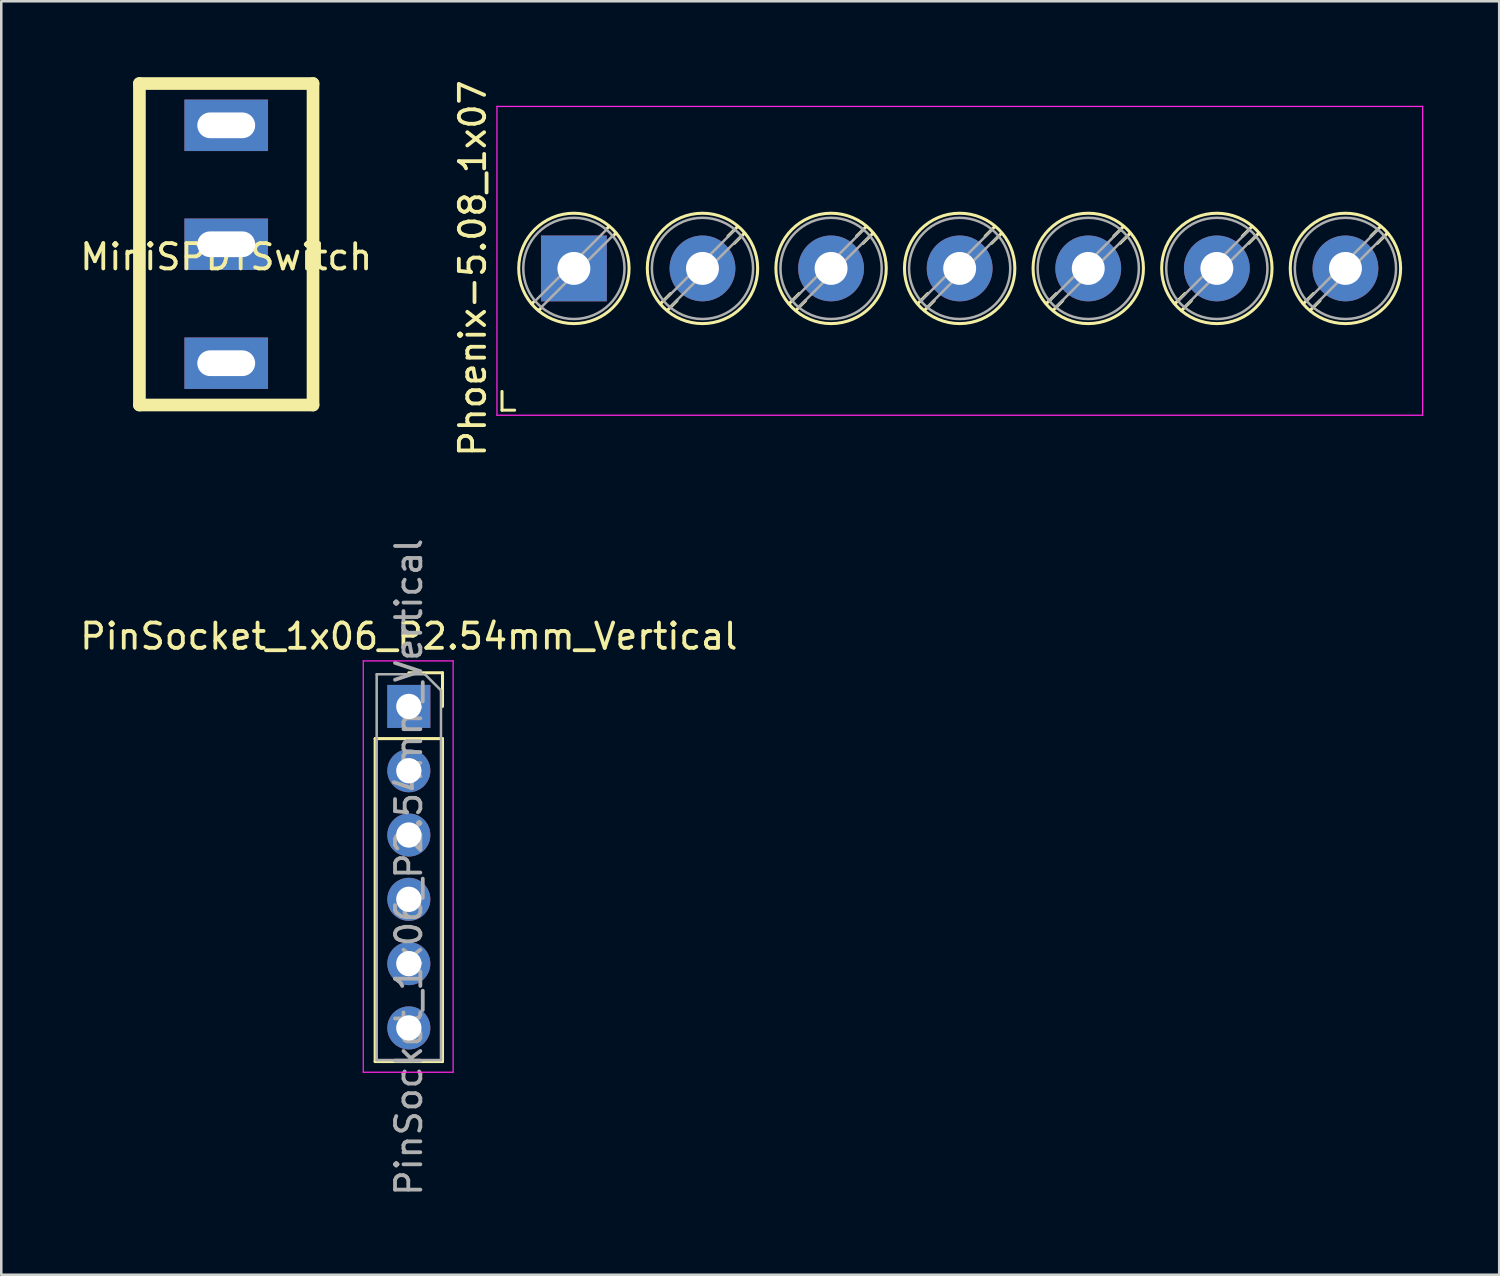
<source format=kicad_pcb>
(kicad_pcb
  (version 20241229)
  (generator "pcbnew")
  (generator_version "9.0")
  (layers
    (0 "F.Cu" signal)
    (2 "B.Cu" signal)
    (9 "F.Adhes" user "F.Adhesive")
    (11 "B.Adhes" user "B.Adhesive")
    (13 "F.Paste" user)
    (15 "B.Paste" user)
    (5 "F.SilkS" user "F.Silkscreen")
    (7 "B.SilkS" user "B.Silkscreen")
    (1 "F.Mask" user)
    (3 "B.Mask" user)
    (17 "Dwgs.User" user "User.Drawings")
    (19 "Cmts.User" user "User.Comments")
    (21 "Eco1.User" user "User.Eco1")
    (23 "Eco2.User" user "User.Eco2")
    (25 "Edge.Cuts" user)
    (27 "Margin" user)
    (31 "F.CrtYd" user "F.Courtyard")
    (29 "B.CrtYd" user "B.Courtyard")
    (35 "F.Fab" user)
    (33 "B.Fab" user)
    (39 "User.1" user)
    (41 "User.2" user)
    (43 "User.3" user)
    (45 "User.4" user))
  (footprint "MiniSPDTSwitch"
    (layer "F.Cu")
    (at 5.887 6.6)
    (property "Reference" "MiniSPDTSwitch" (at 0 0.5 0) (layer "F.SilkS") (effects (font (size 1 1) (thickness 0.15))))
    (attr through_hole)
    (fp_line (start -3.429 -6.35) (end -3.429 6.35) (stroke (width 0.5) (type solid)) (layer "F.SilkS"))
    (fp_line (start -3.429 6.35) (end 3.429 6.35) (stroke (width 0.5) (type solid)) (layer "F.SilkS"))
    (fp_line (start 3.429 -6.35) (end -3.429 -6.35) (stroke (width 0.5) (type solid)) (layer "F.SilkS"))
    (fp_line (start 3.429 6.35) (end 3.429 -6.35) (stroke (width 0.5) (type solid)) (layer "F.SilkS"))
    (pad "1" thru_hole rect (at 0 4.699) (size 3.302 2.032) (drill oval 2.286 1.016) (layers "*.Cu" "*.Mask"))
    (pad "2" thru_hole rect (at 0 0) (size 3.302 2.032) (drill oval 2.286 1.016) (layers "*.Cu" "*.Mask"))
    (pad "3" thru_hole rect (at 0 -4.699) (size 3.302 2.032) (drill oval 2.286 1.016) (layers "*.Cu" "*.Mask")))
  (footprint "Phoenix-5.08_1x07"
    (layer "F.Cu")
    (at 19.622 7.554)
    (property "Reference" "Phoenix-5.08_1x07" (at -4 0 90) (layer "F.SilkS") (effects (font (size 1 1) (thickness 0.15))))
    (attr through_hole)
    (fp_line (start -2.84 4.86) (end -2.84 5.6) (stroke (width 0.12) (type solid)) (layer "F.SilkS"))
    (fp_line (start -2.84 5.6) (end -2.34 5.6) (stroke (width 0.12) (type solid)) (layer "F.SilkS"))
    (fp_line (start -1.548 1.281) (end -1.654 1.388) (stroke (width 0.12) (type solid)) (layer "F.SilkS"))
    (fp_line (start -1.282 1.547) (end -1.388 1.654) (stroke (width 0.12) (type solid)) (layer "F.SilkS"))
    (fp_line (start 1.388 -1.654) (end 1.281 -1.547) (stroke (width 0.12) (type solid)) (layer "F.SilkS"))
    (fp_line (start 1.654 -1.388) (end 1.547 -1.281) (stroke (width 0.12) (type solid)) (layer "F.SilkS"))
    (fp_line (start 3.822 0.992) (end 3.427 1.388) (stroke (width 0.12) (type solid)) (layer "F.SilkS"))
    (fp_line (start 4.073 1.274) (end 3.693 1.654) (stroke (width 0.12) (type solid)) (layer "F.SilkS"))
    (fp_line (start 6.468 -1.654) (end 6.088 -1.274) (stroke (width 0.12) (type solid)) (layer "F.SilkS"))
    (fp_line (start 6.734 -1.388) (end 6.339 -0.992) (stroke (width 0.12) (type solid)) (layer "F.SilkS"))
    (fp_line (start 8.902 0.992) (end 8.507 1.388) (stroke (width 0.12) (type solid)) (layer "F.SilkS"))
    (fp_line (start 9.153 1.274) (end 8.773 1.654) (stroke (width 0.12) (type solid)) (layer "F.SilkS"))
    (fp_line (start 11.548 -1.654) (end 11.168 -1.274) (stroke (width 0.12) (type solid)) (layer "F.SilkS"))
    (fp_line (start 11.814 -1.388) (end 11.419 -0.992) (stroke (width 0.12) (type solid)) (layer "F.SilkS"))
    (fp_line (start 13.982 0.992) (end 13.587 1.388) (stroke (width 0.12) (type solid)) (layer "F.SilkS"))
    (fp_line (start 14.233 1.274) (end 13.853 1.654) (stroke (width 0.12) (type solid)) (layer "F.SilkS"))
    (fp_line (start 16.628 -1.654) (end 16.248 -1.274) (stroke (width 0.12) (type solid)) (layer "F.SilkS"))
    (fp_line (start 16.894 -1.388) (end 16.499 -0.992) (stroke (width 0.12) (type solid)) (layer "F.SilkS"))
    (fp_line (start 19.062 0.992) (end 18.667 1.388) (stroke (width 0.12) (type solid)) (layer "F.SilkS"))
    (fp_line (start 19.313 1.274) (end 18.933 1.654) (stroke (width 0.12) (type solid)) (layer "F.SilkS"))
    (fp_line (start 21.708 -1.654) (end 21.328 -1.274) (stroke (width 0.12) (type solid)) (layer "F.SilkS"))
    (fp_line (start 21.974 -1.388) (end 21.579 -0.992) (stroke (width 0.12) (type solid)) (layer "F.SilkS"))
    (fp_line (start 24.142 0.992) (end 23.747 1.388) (stroke (width 0.12) (type solid)) (layer "F.SilkS"))
    (fp_line (start 24.393 1.274) (end 24.013 1.654) (stroke (width 0.12) (type solid)) (layer "F.SilkS"))
    (fp_line (start 26.788 -1.654) (end 26.408 -1.274) (stroke (width 0.12) (type solid)) (layer "F.SilkS"))
    (fp_line (start 27.054 -1.388) (end 26.659 -0.992) (stroke (width 0.12) (type solid)) (layer "F.SilkS"))
    (fp_line (start 29.222 0.992) (end 28.827 1.388) (stroke (width 0.12) (type solid)) (layer "F.SilkS"))
    (fp_line (start 29.473 1.274) (end 29.093 1.654) (stroke (width 0.12) (type solid)) (layer "F.SilkS"))
    (fp_line (start 31.868 -1.654) (end 31.488 -1.274) (stroke (width 0.12) (type solid)) (layer "F.SilkS"))
    (fp_line (start 32.134 -1.388) (end 31.739 -0.992) (stroke (width 0.12) (type solid)) (layer "F.SilkS"))
    (fp_circle (center 0 0) (end 2.18 0) (stroke (width 0.12) (type solid)) (fill no) (layer "F.SilkS"))
    (fp_circle (center 5.08 0) (end 7.26 0) (stroke (width 0.12) (type solid)) (fill no) (layer "F.SilkS"))
    (fp_circle (center 10.16 0) (end 12.34 0) (stroke (width 0.12) (type solid)) (fill no) (layer "F.SilkS"))
    (fp_circle (center 15.24 0) (end 17.42 0) (stroke (width 0.12) (type solid)) (fill no) (layer "F.SilkS"))
    (fp_circle (center 20.32 0) (end 22.5 0) (stroke (width 0.12) (type solid)) (fill no) (layer "F.SilkS"))
    (fp_circle (center 25.4 0) (end 27.58 0) (stroke (width 0.12) (type solid)) (fill no) (layer "F.SilkS"))
    (fp_circle (center 30.48 0) (end 32.66 0) (stroke (width 0.12) (type solid)) (fill no) (layer "F.SilkS"))
    (fp_line (start -3.04 -6.4) (end -3.04 5.8) (stroke (width 0.05) (type solid)) (layer "F.CrtYd"))
    (fp_line (start -3.04 5.8) (end 33.53 5.8) (stroke (width 0.05) (type solid)) (layer "F.CrtYd"))
    (fp_line (start 33.53 -6.4) (end -3.04 -6.4) (stroke (width 0.05) (type solid)) (layer "F.CrtYd"))
    (fp_line (start 33.53 5.8) (end 33.53 -6.4) (stroke (width 0.05) (type solid)) (layer "F.CrtYd"))
    (fp_line (start 1.273 -1.517) (end -1.517 1.273) (stroke (width 0.1) (type solid)) (layer "F.Fab"))
    (fp_line (start 1.517 -1.273) (end -1.273 1.517) (stroke (width 0.1) (type solid)) (layer "F.Fab"))
    (fp_line (start 6.353 -1.517) (end 3.564 1.273) (stroke (width 0.1) (type solid)) (layer "F.Fab"))
    (fp_line (start 6.597 -1.273) (end 3.808 1.517) (stroke (width 0.1) (type solid)) (layer "F.Fab"))
    (fp_line (start 11.433 -1.517) (end 8.644 1.273) (stroke (width 0.1) (type solid)) (layer "F.Fab"))
    (fp_line (start 11.677 -1.273) (end 8.888 1.517) (stroke (width 0.1) (type solid)) (layer "F.Fab"))
    (fp_line (start 16.513 -1.517) (end 13.724 1.273) (stroke (width 0.1) (type solid)) (layer "F.Fab"))
    (fp_line (start 16.757 -1.273) (end 13.968 1.517) (stroke (width 0.1) (type solid)) (layer "F.Fab"))
    (fp_line (start 21.593 -1.517) (end 18.804 1.273) (stroke (width 0.1) (type solid)) (layer "F.Fab"))
    (fp_line (start 21.837 -1.273) (end 19.048 1.517) (stroke (width 0.1) (type solid)) (layer "F.Fab"))
    (fp_line (start 26.673 -1.517) (end 23.884 1.273) (stroke (width 0.1) (type solid)) (layer "F.Fab"))
    (fp_line (start 26.917 -1.273) (end 24.128 1.517) (stroke (width 0.1) (type solid)) (layer "F.Fab"))
    (fp_line (start 31.753 -1.517) (end 28.964 1.273) (stroke (width 0.1) (type solid)) (layer "F.Fab"))
    (fp_line (start 31.997 -1.273) (end 29.208 1.517) (stroke (width 0.1) (type solid)) (layer "F.Fab"))
    (fp_circle (center 0 0) (end 2 0) (stroke (width 0.1) (type solid)) (fill no) (layer "F.Fab"))
    (fp_circle (center 5.08 0) (end 7.08 0) (stroke (width 0.1) (type solid)) (fill no) (layer "F.Fab"))
    (fp_circle (center 10.16 0) (end 12.16 0) (stroke (width 0.1) (type solid)) (fill no) (layer "F.Fab"))
    (fp_circle (center 15.24 0) (end 17.24 0) (stroke (width 0.1) (type solid)) (fill no) (layer "F.Fab"))
    (fp_circle (center 20.32 0) (end 22.32 0) (stroke (width 0.1) (type solid)) (fill no) (layer "F.Fab"))
    (fp_circle (center 25.4 0) (end 27.4 0) (stroke (width 0.1) (type solid)) (fill no) (layer "F.Fab"))
    (fp_circle (center 30.48 0) (end 32.48 0) (stroke (width 0.1) (type solid)) (fill no) (layer "F.Fab"))
    (pad "1" thru_hole rect (at 0 0) (size 2.6 2.6) (drill 1.3) (layers "*.Cu" "*.Mask"))
    (pad "2" thru_hole circle (at 5.08 0) (size 2.6 2.6) (drill 1.3) (layers "*.Cu" "*.Mask"))
    (pad "3" thru_hole circle (at 10.16 0) (size 2.6 2.6) (drill 1.3) (layers "*.Cu" "*.Mask"))
    (pad "4" thru_hole circle (at 15.24 0) (size 2.6 2.6) (drill 1.3) (layers "*.Cu" "*.Mask"))
    (pad "5" thru_hole circle (at 20.32 0) (size 2.6 2.6) (drill 1.3) (layers "*.Cu" "*.Mask"))
    (pad "6" thru_hole circle (at 25.4 0) (size 2.6 2.6) (drill 1.3) (layers "*.Cu" "*.Mask"))
    (pad "7" thru_hole circle (at 30.48 0) (size 2.6 2.6) (drill 1.3) (layers "*.Cu" "*.Mask")))
  (footprint "PinSocket_1x06_P2.54mm_Vertical"
    (layer "F.Cu")
    (at 13.101 24.858)
    (property "Reference" "PinSocket_1x06_P2.54mm_Vertical" (at 0 -2.77 0) (layer "F.SilkS") (effects (font (size 1 1) (thickness 0.15))))
    (attr through_hole)
    (fp_line (start -1.33 1.27) (end -1.33 14.03) (stroke (width 0.12) (type solid)) (layer "F.SilkS"))
    (fp_line (start -1.33 1.27) (end 1.33 1.27) (stroke (width 0.12) (type solid)) (layer "F.SilkS"))
    (fp_line (start -1.33 14.03) (end 1.33 14.03) (stroke (width 0.12) (type solid)) (layer "F.SilkS"))
    (fp_line (start 0 -1.33) (end 1.33 -1.33) (stroke (width 0.12) (type solid)) (layer "F.SilkS"))
    (fp_line (start 1.33 -1.33) (end 1.33 0) (stroke (width 0.12) (type solid)) (layer "F.SilkS"))
    (fp_line (start 1.33 1.27) (end 1.33 14.03) (stroke (width 0.12) (type solid)) (layer "F.SilkS"))
    (fp_line (start -1.8 -1.8) (end 1.75 -1.8) (stroke (width 0.05) (type solid)) (layer "F.CrtYd"))
    (fp_line (start -1.8 14.45) (end -1.8 -1.8) (stroke (width 0.05) (type solid)) (layer "F.CrtYd"))
    (fp_line (start 1.75 -1.8) (end 1.75 14.45) (stroke (width 0.05) (type solid)) (layer "F.CrtYd"))
    (fp_line (start 1.75 14.45) (end -1.8 14.45) (stroke (width 0.05) (type solid)) (layer "F.CrtYd"))
    (fp_line (start -1.27 -1.27) (end 0.635 -1.27) (stroke (width 0.1) (type solid)) (layer "F.Fab"))
    (fp_line (start -1.27 13.97) (end -1.27 -1.27) (stroke (width 0.1) (type solid)) (layer "F.Fab"))
    (fp_line (start 0.635 -1.27) (end 1.27 -0.635) (stroke (width 0.1) (type solid)) (layer "F.Fab"))
    (fp_line (start 1.27 -0.635) (end 1.27 13.97) (stroke (width 0.1) (type solid)) (layer "F.Fab"))
    (fp_line (start 1.27 13.97) (end -1.27 13.97) (stroke (width 0.1) (type solid)) (layer "F.Fab"))
    (fp_text user "${REFERENCE}" (at 0 6.35 90) (layer "F.Fab") (effects (font (size 1 1) (thickness 0.15))))
    (pad "1" thru_hole rect (at 0 0) (size 1.7 1.7) (drill 1) (layers "*.Cu" "*.Mask"))
    (pad "2" thru_hole oval (at 0 2.54) (size 1.7 1.7) (drill 1) (layers "*.Cu" "*.Mask"))
    (pad "3" thru_hole oval (at 0 5.08) (size 1.7 1.7) (drill 1) (layers "*.Cu" "*.Mask"))
    (pad "4" thru_hole oval (at 0 7.62) (size 1.7 1.7) (drill 1) (layers "*.Cu" "*.Mask"))
    (pad "5" thru_hole oval (at 0 10.16) (size 1.7 1.7) (drill 1) (layers "*.Cu" "*.Mask"))
    (pad "6" thru_hole oval (at 0 12.7) (size 1.7 1.7) (drill 1) (layers "*.Cu" "*.Mask")))
  (gr_rect
    (start -3 -3)
    (end 56.177 47.31)
    (stroke (width 0.1) (type default))
    (fill no)
    (layer "Edge.Cuts")))
</source>
